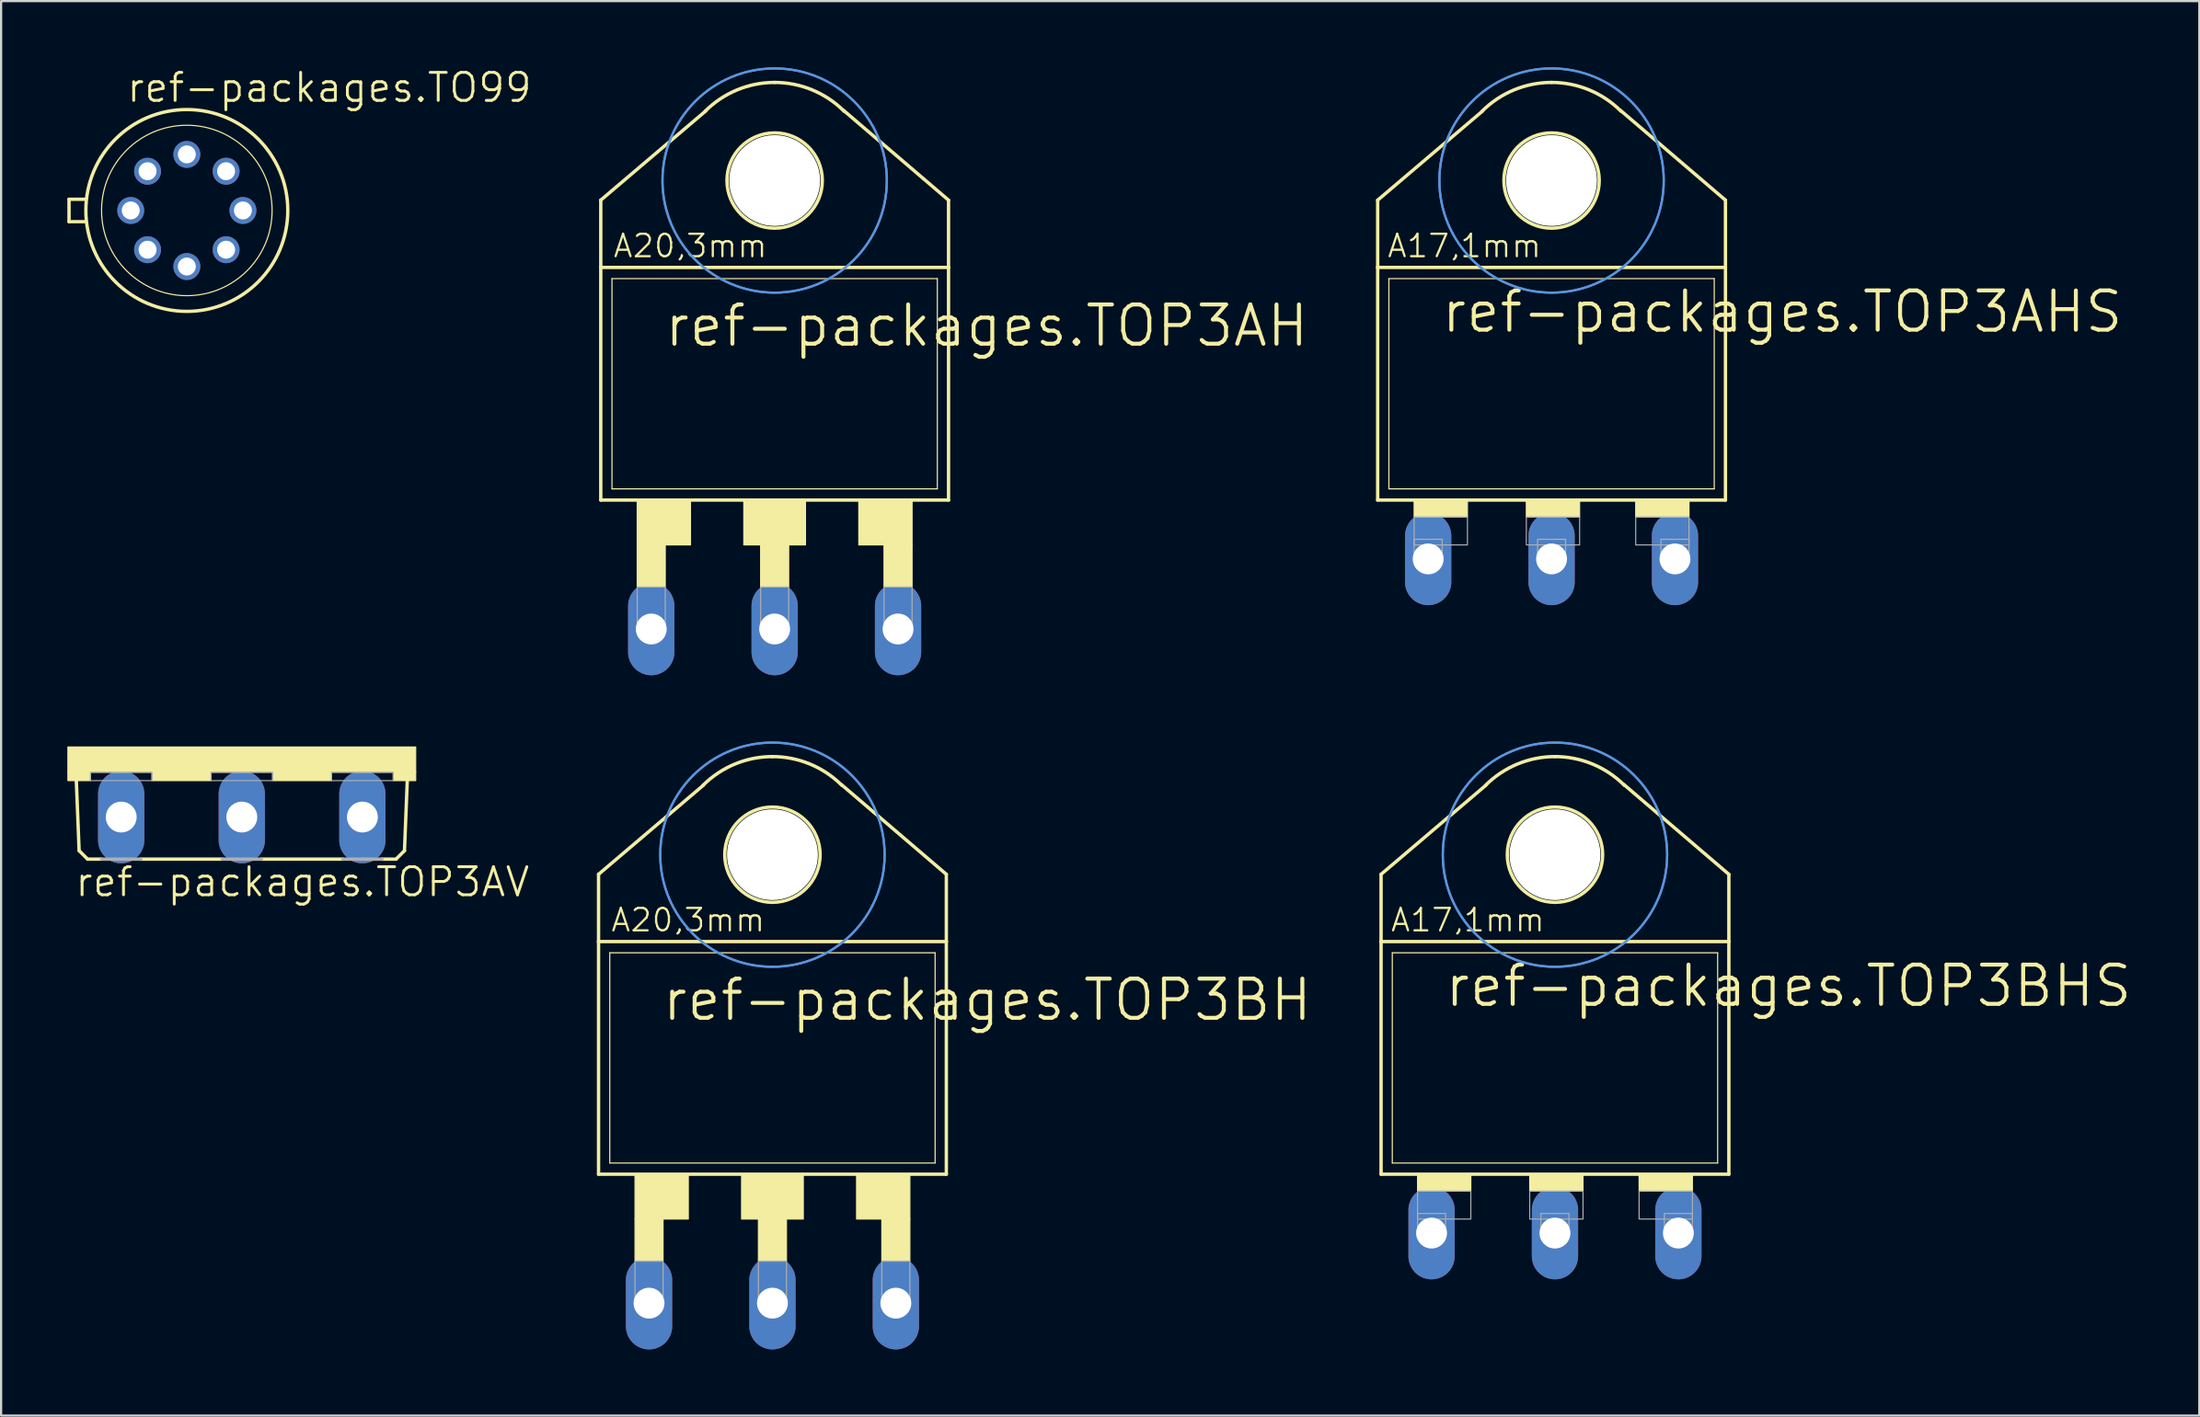
<source format=kicad_pcb>
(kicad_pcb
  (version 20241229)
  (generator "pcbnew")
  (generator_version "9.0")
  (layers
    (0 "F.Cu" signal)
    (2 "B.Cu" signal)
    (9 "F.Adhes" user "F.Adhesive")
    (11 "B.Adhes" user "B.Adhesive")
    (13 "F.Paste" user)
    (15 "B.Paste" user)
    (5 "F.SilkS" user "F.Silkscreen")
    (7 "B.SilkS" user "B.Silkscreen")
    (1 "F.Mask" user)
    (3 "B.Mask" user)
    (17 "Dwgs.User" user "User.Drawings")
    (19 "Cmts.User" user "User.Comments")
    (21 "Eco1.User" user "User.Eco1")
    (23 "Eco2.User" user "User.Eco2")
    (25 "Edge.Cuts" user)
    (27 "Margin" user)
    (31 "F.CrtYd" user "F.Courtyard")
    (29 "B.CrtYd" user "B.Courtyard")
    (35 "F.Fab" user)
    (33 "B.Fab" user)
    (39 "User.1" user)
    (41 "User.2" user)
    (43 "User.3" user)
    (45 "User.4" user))
  (footprint "ref-packages.TO99"
    (layer "F.Cu")
    (at 5.41 6.486)
    (property "Reference" "ref-packages.TO99" (at -2.794 -4.826 0) (layer "F.SilkS") (effects (font (size 1.27 1.27) (thickness 0.13)) (justify left bottom)))
    (attr through_hole)
    (fp_line (start -5.334 0.508) (end -5.334 -0.508) (stroke (width 0.152) (type default)) (layer "F.SilkS"))
    (fp_line (start -5.334 0.508) (end -4.572 0.508) (stroke (width 0.152) (type default)) (layer "F.SilkS"))
    (fp_line (start -4.572 -0.508) (end -5.334 -0.508) (stroke (width 0.152) (type default)) (layer "F.SilkS"))
    (fp_circle (center 0 0) (end 3.861 0) (stroke (width 0.051) (type default)) (fill no) (layer "F.SilkS"))
    (fp_circle (center 0 0) (end 4.572 0) (stroke (width 0.152) (type default)) (fill no) (layer "F.SilkS"))
    (pad "1" thru_hole circle (at -1.778 1.778) (size 1.219 1.219) (drill 0.813) (layers "*.Cu" "*.Mask"))
    (pad "2" thru_hole circle (at 0 2.54) (size 1.219 1.219) (drill 0.813) (layers "*.Cu" "*.Mask"))
    (pad "3" thru_hole circle (at 1.778 1.778) (size 1.219 1.219) (drill 0.813) (layers "*.Cu" "*.Mask"))
    (pad "4" thru_hole circle (at 2.54 0) (size 1.219 1.219) (drill 0.813) (layers "*.Cu" "*.Mask"))
    (pad "5" thru_hole circle (at 1.778 -1.778) (size 1.219 1.219) (drill 0.813) (layers "*.Cu" "*.Mask"))
    (pad "6" thru_hole circle (at 0 -2.54) (size 1.219 1.219) (drill 0.813) (layers "*.Cu" "*.Mask"))
    (pad "7" thru_hole circle (at -1.778 -1.778) (size 1.219 1.219) (drill 0.813) (layers "*.Cu" "*.Mask"))
    (pad "8" thru_hole circle (at -2.54 0) (size 1.219 1.219) (drill 0.813) (layers "*.Cu" "*.Mask")))
  (footprint "ref-packages.TOP3AH"
    (layer "F.Cu")
    (at 32.027 17.83)
    (property "Reference" "ref-packages.TOP3AH" (at -5.08 -5.08 0) (layer "F.SilkS") (effects (font (size 1.778 1.778) (thickness 0.18)) (justify left bottom)))
    (attr through_hole)
    (fp_line (start -7.874 -11.811) (end -3.124 -15.85) (stroke (width 0.152) (type default)) (layer "F.SilkS"))
    (fp_line (start -7.874 -8.763) (end -7.874 -11.811) (stroke (width 0.152) (type default)) (layer "F.SilkS"))
    (fp_line (start -7.874 1.778) (end -7.874 -8.763) (stroke (width 0.152) (type default)) (layer "F.SilkS"))
    (fp_line (start -7.874 1.778) (end 7.874 1.778) (stroke (width 0.152) (type default)) (layer "F.SilkS"))
    (fp_line (start -7.366 1.27) (end -7.366 -8.255) (stroke (width 0.051) (type default)) (layer "F.SilkS"))
    (fp_line (start -7.366 1.27) (end 7.366 1.27) (stroke (width 0.051) (type default)) (layer "F.SilkS"))
    (fp_line (start 7.366 -8.255) (end -7.366 -8.255) (stroke (width 0.051) (type default)) (layer "F.SilkS"))
    (fp_line (start 7.366 -8.255) (end 7.366 1.27) (stroke (width 0.051) (type default)) (layer "F.SilkS"))
    (fp_line (start 7.874 -11.811) (end 3.124 -15.875) (stroke (width 0.152) (type default)) (layer "F.SilkS"))
    (fp_line (start 7.874 -8.763) (end -7.874 -8.763) (stroke (width 0.152) (type default)) (layer "F.SilkS"))
    (fp_line (start 7.874 -8.763) (end 7.874 -11.811) (stroke (width 0.152) (type default)) (layer "F.SilkS"))
    (fp_line (start 7.874 -8.763) (end 7.874 1.778) (stroke (width 0.152) (type default)) (layer "F.SilkS"))
    (fp_rect (start -6.223 3.81) (end -3.81 1.778) (stroke (width 0.05) (type default)) (fill yes) (layer "F.SilkS"))
    (fp_rect (start -6.223 5.715) (end -4.953 3.81) (stroke (width 0.05) (type default)) (fill yes) (layer "F.SilkS"))
    (fp_rect (start -1.397 3.81) (end 1.397 1.778) (stroke (width 0.05) (type default)) (fill yes) (layer "F.SilkS"))
    (fp_rect (start -0.635 5.715) (end 0.635 3.81) (stroke (width 0.05) (type default)) (fill yes) (layer "F.SilkS"))
    (fp_rect (start 3.81 3.81) (end 6.223 1.778) (stroke (width 0.05) (type default)) (fill yes) (layer "F.SilkS"))
    (fp_rect (start 4.953 5.715) (end 6.223 3.81) (stroke (width 0.05) (type default)) (fill yes) (layer "F.SilkS"))
    (fp_arc (start -3.1431 -15.8431) (mid -1.701032 -16.806651) (end 0 -17.145) (stroke (width 0.1524) (type default)) (layer "F.SilkS"))
    (fp_arc (start 0 -17.145) (mid 1.701032 -16.806651) (end 3.1431 -15.8431) (stroke (width 0.1524) (type default)) (layer "F.SilkS"))
    (fp_circle (center 0 -12.7) (end 2.159 -12.7) (stroke (width 0.152) (type default)) (fill no) (layer "F.SilkS"))
    (fp_circle (center 0 -12.7) (end 5.08 -12.7) (stroke (width 0.1) (type default)) (fill no) (layer "Cmts.User"))
    (fp_circle (center 0 -12.7) (end 5.08 -12.7) (stroke (width 0.1) (type default)) (fill no) (layer "Cmts.User"))
    (fp_rect (start -6.223 7.62) (end -4.953 5.715) (stroke (width 0.05) (type default)) (fill no) (layer "F.Fab"))
    (fp_rect (start -0.635 7.62) (end 0.635 5.715) (stroke (width 0.05) (type default)) (fill no) (layer "F.Fab"))
    (fp_rect (start 4.953 7.62) (end 6.223 5.715) (stroke (width 0.05) (type default)) (fill no) (layer "F.Fab"))
    (fp_text user "A20,3mm" (at -7.366 -9.144 0) (layer "F.SilkS") (effects (font (size 1.016 1.016) (thickness 0.1)) (justify left bottom)))
    (pad "" np_thru_hole circle (at 0 -12.7) (size 4.115 4.115) (drill 4.115) (layers "*.Cu" "*.Mask"))
    (pad "B" thru_hole oval (at -5.588 7.62 90) (size 4.191 2.095) (drill 1.397) (layers "*.Cu" "*.Mask"))
    (pad "C" thru_hole oval (at 0 7.62 90) (size 4.191 2.095) (drill 1.397) (layers "*.Cu" "*.Mask"))
    (pad "E" thru_hole oval (at 5.588 7.62 90) (size 4.191 2.095) (drill 1.397) (layers "*.Cu" "*.Mask")))
  (footprint "ref-packages.TOP3AHS"
    (layer "F.Cu")
    (at 67.207 17.195)
    (property "Reference" "ref-packages.TOP3AHS" (at -5.08 -5.08 0) (layer "F.SilkS") (effects (font (size 1.778 1.778) (thickness 0.18)) (justify left bottom)))
    (attr through_hole)
    (fp_line (start -7.874 -11.176) (end -3.124 -15.215) (stroke (width 0.152) (type default)) (layer "F.SilkS"))
    (fp_line (start -7.874 -8.128) (end -7.874 -11.176) (stroke (width 0.152) (type default)) (layer "F.SilkS"))
    (fp_line (start -7.874 2.413) (end -7.874 -8.128) (stroke (width 0.152) (type default)) (layer "F.SilkS"))
    (fp_line (start -7.874 2.413) (end 7.874 2.413) (stroke (width 0.152) (type default)) (layer "F.SilkS"))
    (fp_line (start -7.366 1.905) (end -7.366 -7.62) (stroke (width 0.051) (type default)) (layer "F.SilkS"))
    (fp_line (start -7.366 1.905) (end 7.366 1.905) (stroke (width 0.051) (type default)) (layer "F.SilkS"))
    (fp_line (start 7.366 -7.62) (end -7.366 -7.62) (stroke (width 0.051) (type default)) (layer "F.SilkS"))
    (fp_line (start 7.366 -7.62) (end 7.366 1.905) (stroke (width 0.051) (type default)) (layer "F.SilkS"))
    (fp_line (start 7.874 -11.176) (end 3.124 -15.24) (stroke (width 0.152) (type default)) (layer "F.SilkS"))
    (fp_line (start 7.874 -8.128) (end -7.874 -8.128) (stroke (width 0.152) (type default)) (layer "F.SilkS"))
    (fp_line (start 7.874 -8.128) (end 7.874 -11.176) (stroke (width 0.152) (type default)) (layer "F.SilkS"))
    (fp_line (start 7.874 -8.128) (end 7.874 2.413) (stroke (width 0.152) (type default)) (layer "F.SilkS"))
    (fp_rect (start -6.223 3.175) (end -3.81 2.413) (stroke (width 0.05) (type default)) (fill yes) (layer "F.SilkS"))
    (fp_rect (start -1.143 3.175) (end 1.27 2.413) (stroke (width 0.05) (type default)) (fill yes) (layer "F.SilkS"))
    (fp_rect (start 3.81 3.175) (end 6.223 2.413) (stroke (width 0.05) (type default)) (fill yes) (layer "F.SilkS"))
    (fp_arc (start -3.1431 -15.2081) (mid -1.701032 -16.171651) (end 0 -16.51) (stroke (width 0.1524) (type default)) (layer "F.SilkS"))
    (fp_arc (start 0 -16.51) (mid 1.701032 -16.171651) (end 3.1431 -15.2081) (stroke (width 0.1524) (type default)) (layer "F.SilkS"))
    (fp_circle (center 0 -12.065) (end 2.159 -12.065) (stroke (width 0.152) (type default)) (fill no) (layer "F.SilkS"))
    (fp_circle (center 0 -12.065) (end 5.08 -12.065) (stroke (width 0.1) (type default)) (fill no) (layer "Cmts.User"))
    (fp_circle (center 0 -12.065) (end 5.08 -12.065) (stroke (width 0.1) (type default)) (fill no) (layer "Cmts.User"))
    (fp_rect (start -6.223 4.445) (end -3.81 3.175) (stroke (width 0.05) (type default)) (fill no) (layer "F.Fab"))
    (fp_rect (start -6.223 5.08) (end -4.953 4.191) (stroke (width 0.05) (type default)) (fill no) (layer "F.Fab"))
    (fp_rect (start -1.143 4.445) (end 1.27 3.175) (stroke (width 0.05) (type default)) (fill no) (layer "F.Fab"))
    (fp_rect (start -0.635 5.08) (end 0.635 4.191) (stroke (width 0.05) (type default)) (fill no) (layer "F.Fab"))
    (fp_rect (start 3.81 4.445) (end 6.223 3.175) (stroke (width 0.05) (type default)) (fill no) (layer "F.Fab"))
    (fp_rect (start 4.953 5.08) (end 6.223 4.191) (stroke (width 0.05) (type default)) (fill no) (layer "F.Fab"))
    (fp_text user "A17,1mm" (at -7.493 -8.509 0) (layer "F.SilkS") (effects (font (size 1.016 1.016) (thickness 0.1)) (justify left bottom)))
    (pad "" np_thru_hole circle (at 0 -12.065) (size 4.115 4.115) (drill 4.115) (layers "*.Cu" "*.Mask"))
    (pad "B" thru_hole oval (at -5.588 5.08 90) (size 4.191 2.095) (drill 1.397) (layers "*.Cu" "*.Mask"))
    (pad "C" thru_hole oval (at 0 5.08 90) (size 4.191 2.095) (drill 1.397) (layers "*.Cu" "*.Mask"))
    (pad "E" thru_hole oval (at 5.588 5.08 90) (size 4.191 2.095) (drill 1.397) (layers "*.Cu" "*.Mask")))
  (footprint "ref-packages.TOP3BH"
    (layer "F.Cu")
    (at 31.927 48.376)
    (property "Reference" "ref-packages.TOP3BH" (at -5.08 -5.08 0) (layer "F.SilkS") (effects (font (size 1.778 1.778) (thickness 0.18)) (justify left bottom)))
    (attr through_hole)
    (fp_line (start -7.874 -11.811) (end -3.124 -15.85) (stroke (width 0.152) (type default)) (layer "F.SilkS"))
    (fp_line (start -7.874 -8.763) (end -7.874 -11.811) (stroke (width 0.152) (type default)) (layer "F.SilkS"))
    (fp_line (start -7.874 1.778) (end -7.874 -8.763) (stroke (width 0.152) (type default)) (layer "F.SilkS"))
    (fp_line (start -7.874 1.778) (end 7.874 1.778) (stroke (width 0.152) (type default)) (layer "F.SilkS"))
    (fp_line (start -7.366 1.27) (end -7.366 -8.255) (stroke (width 0.051) (type default)) (layer "F.SilkS"))
    (fp_line (start -7.366 1.27) (end 7.366 1.27) (stroke (width 0.051) (type default)) (layer "F.SilkS"))
    (fp_line (start 7.366 -8.255) (end -7.366 -8.255) (stroke (width 0.051) (type default)) (layer "F.SilkS"))
    (fp_line (start 7.366 -8.255) (end 7.366 1.27) (stroke (width 0.051) (type default)) (layer "F.SilkS"))
    (fp_line (start 7.874 -11.811) (end 3.124 -15.875) (stroke (width 0.152) (type default)) (layer "F.SilkS"))
    (fp_line (start 7.874 -8.763) (end -7.874 -8.763) (stroke (width 0.152) (type default)) (layer "F.SilkS"))
    (fp_line (start 7.874 -8.763) (end 7.874 -11.811) (stroke (width 0.152) (type default)) (layer "F.SilkS"))
    (fp_line (start 7.874 -8.763) (end 7.874 1.778) (stroke (width 0.152) (type default)) (layer "F.SilkS"))
    (fp_rect (start -6.223 3.81) (end -3.81 1.778) (stroke (width 0.05) (type default)) (fill yes) (layer "F.SilkS"))
    (fp_rect (start -6.223 5.715) (end -4.953 3.81) (stroke (width 0.05) (type default)) (fill yes) (layer "F.SilkS"))
    (fp_rect (start -1.397 3.81) (end 1.397 1.778) (stroke (width 0.05) (type default)) (fill yes) (layer "F.SilkS"))
    (fp_rect (start -0.635 5.715) (end 0.635 3.81) (stroke (width 0.05) (type default)) (fill yes) (layer "F.SilkS"))
    (fp_rect (start 3.81 3.81) (end 6.223 1.778) (stroke (width 0.05) (type default)) (fill yes) (layer "F.SilkS"))
    (fp_rect (start 4.953 5.715) (end 6.223 3.81) (stroke (width 0.05) (type default)) (fill yes) (layer "F.SilkS"))
    (fp_arc (start -3.1431 -15.8431) (mid -1.701032 -16.806651) (end 0 -17.145) (stroke (width 0.1524) (type default)) (layer "F.SilkS"))
    (fp_arc (start 0 -17.145) (mid 1.701032 -16.806651) (end 3.1431 -15.8431) (stroke (width 0.1524) (type default)) (layer "F.SilkS"))
    (fp_circle (center 0 -12.7) (end 2.159 -12.7) (stroke (width 0.152) (type default)) (fill no) (layer "F.SilkS"))
    (fp_circle (center 0 -12.7) (end 5.08 -12.7) (stroke (width 0.1) (type default)) (fill no) (layer "Cmts.User"))
    (fp_circle (center 0 -12.7) (end 5.08 -12.7) (stroke (width 0.1) (type default)) (fill no) (layer "Cmts.User"))
    (fp_rect (start -6.223 7.62) (end -4.953 5.715) (stroke (width 0.05) (type default)) (fill no) (layer "F.Fab"))
    (fp_rect (start -0.635 7.62) (end 0.635 5.715) (stroke (width 0.05) (type default)) (fill no) (layer "F.Fab"))
    (fp_rect (start 4.953 7.62) (end 6.223 5.715) (stroke (width 0.05) (type default)) (fill no) (layer "F.Fab"))
    (fp_text user "A20,3mm" (at -7.366 -9.144 0) (layer "F.SilkS") (effects (font (size 1.016 1.016) (thickness 0.1)) (justify left bottom)))
    (pad "" np_thru_hole circle (at 0 -12.7) (size 4.115 4.115) (drill 4.115) (layers "*.Cu" "*.Mask"))
    (pad "D" thru_hole oval (at 0 7.62 90) (size 4.191 2.095) (drill 1.397) (layers "*.Cu" "*.Mask"))
    (pad "G" thru_hole oval (at -5.588 7.62 90) (size 4.191 2.095) (drill 1.397) (layers "*.Cu" "*.Mask"))
    (pad "S" thru_hole oval (at 5.588 7.62 90) (size 4.191 2.095) (drill 1.397) (layers "*.Cu" "*.Mask")))
  (footprint "ref-packages.TOP3AV"
    (layer "F.Cu")
    (at 7.899 30.796)
    (property "Reference" "ref-packages.TOP3AV" (at -7.62 6.858 0) (layer "F.SilkS") (effects (font (size 1.27 1.27) (thickness 0.13)) (justify left bottom)))
    (attr through_hole)
    (fp_line (start -7.366 4.699) (end -7.493 1.524) (stroke (width 0.152) (type default)) (layer "F.SilkS"))
    (fp_line (start -6.985 5.08) (end -7.366 4.699) (stroke (width 0.152) (type default)) (layer "F.SilkS"))
    (fp_line (start -6.35 5.08) (end -6.985 5.08) (stroke (width 0.152) (type default)) (layer "F.SilkS"))
    (fp_line (start -0.889 5.08) (end -4.572 5.08) (stroke (width 0.152) (type default)) (layer "F.SilkS"))
    (fp_line (start 4.572 5.08) (end 0.889 5.08) (stroke (width 0.152) (type default)) (layer "F.SilkS"))
    (fp_line (start 6.985 5.08) (end 6.35 5.08) (stroke (width 0.152) (type default)) (layer "F.SilkS"))
    (fp_line (start 6.985 5.08) (end 7.366 4.699) (stroke (width 0.152) (type default)) (layer "F.SilkS"))
    (fp_line (start 7.366 4.699) (end 7.493 1.524) (stroke (width 0.152) (type default)) (layer "F.SilkS"))
    (fp_rect (start -7.874 1.143) (end 7.874 0) (stroke (width 0.05) (type default)) (fill yes) (layer "F.SilkS"))
    (fp_rect (start -7.874 1.524) (end -6.858 1.143) (stroke (width 0.05) (type default)) (fill yes) (layer "F.SilkS"))
    (fp_rect (start -4.064 1.524) (end -1.397 1.143) (stroke (width 0.05) (type default)) (fill yes) (layer "F.SilkS"))
    (fp_rect (start 1.397 1.524) (end 4.064 1.143) (stroke (width 0.05) (type default)) (fill yes) (layer "F.SilkS"))
    (fp_rect (start 6.858 1.524) (end 7.874 1.143) (stroke (width 0.05) (type default)) (fill yes) (layer "F.SilkS"))
    (fp_line (start -4.572 5.08) (end -6.35 5.08) (stroke (width 0.152) (type default)) (layer "F.Fab"))
    (fp_line (start 0.889 5.08) (end -0.889 5.08) (stroke (width 0.152) (type default)) (layer "F.Fab"))
    (fp_line (start 6.35 5.08) (end 4.572 5.08) (stroke (width 0.152) (type default)) (layer "F.Fab"))
    (fp_rect (start -6.858 1.524) (end -4.064 1.143) (stroke (width 0.05) (type default)) (fill no) (layer "F.Fab"))
    (fp_rect (start -1.397 1.524) (end 1.397 1.143) (stroke (width 0.05) (type default)) (fill no) (layer "F.Fab"))
    (fp_rect (start 4.064 1.524) (end 6.858 1.143) (stroke (width 0.05) (type default)) (fill no) (layer "F.Fab"))
    (pad "B" thru_hole oval (at -5.461 3.175 90) (size 4.191 2.095) (drill 1.397) (layers "*.Cu" "*.Mask"))
    (pad "C" thru_hole oval (at 0 3.175 90) (size 4.191 2.095) (drill 1.397) (layers "*.Cu" "*.Mask"))
    (pad "E" thru_hole oval (at 5.461 3.175 90) (size 4.191 2.095) (drill 1.397) (layers "*.Cu" "*.Mask")))
  (footprint "ref-packages.TOP3BHS"
    (layer "F.Cu")
    (at 67.361 48.376)
    (property "Reference" "ref-packages.TOP3BHS" (at -5.08 -5.715 0) (layer "F.SilkS") (effects (font (size 1.778 1.778) (thickness 0.18)) (justify left bottom)))
    (attr through_hole)
    (fp_line (start -7.874 -11.811) (end -3.124 -15.85) (stroke (width 0.152) (type default)) (layer "F.SilkS"))
    (fp_line (start -7.874 -8.763) (end -7.874 -11.811) (stroke (width 0.152) (type default)) (layer "F.SilkS"))
    (fp_line (start -7.874 1.778) (end -7.874 -8.763) (stroke (width 0.152) (type default)) (layer "F.SilkS"))
    (fp_line (start -7.874 1.778) (end 7.874 1.778) (stroke (width 0.152) (type default)) (layer "F.SilkS"))
    (fp_line (start -7.366 1.27) (end -7.366 -8.255) (stroke (width 0.051) (type default)) (layer "F.SilkS"))
    (fp_line (start -7.366 1.27) (end 7.366 1.27) (stroke (width 0.051) (type default)) (layer "F.SilkS"))
    (fp_line (start 7.366 -8.255) (end -7.366 -8.255) (stroke (width 0.051) (type default)) (layer "F.SilkS"))
    (fp_line (start 7.366 -8.255) (end 7.366 1.27) (stroke (width 0.051) (type default)) (layer "F.SilkS"))
    (fp_line (start 7.874 -11.811) (end 3.124 -15.875) (stroke (width 0.152) (type default)) (layer "F.SilkS"))
    (fp_line (start 7.874 -8.763) (end -7.874 -8.763) (stroke (width 0.152) (type default)) (layer "F.SilkS"))
    (fp_line (start 7.874 -8.763) (end 7.874 -11.811) (stroke (width 0.152) (type default)) (layer "F.SilkS"))
    (fp_line (start 7.874 -8.763) (end 7.874 1.778) (stroke (width 0.152) (type default)) (layer "F.SilkS"))
    (fp_rect (start -6.223 2.54) (end -3.81 1.778) (stroke (width 0.05) (type default)) (fill yes) (layer "F.SilkS"))
    (fp_rect (start -1.143 2.54) (end 1.27 1.778) (stroke (width 0.05) (type default)) (fill yes) (layer "F.SilkS"))
    (fp_rect (start 3.81 2.54) (end 6.223 1.778) (stroke (width 0.05) (type default)) (fill yes) (layer "F.SilkS"))
    (fp_arc (start -3.1431 -15.8431) (mid -1.701032 -16.806651) (end 0 -17.145) (stroke (width 0.1524) (type default)) (layer "F.SilkS"))
    (fp_arc (start 0 -17.145) (mid 1.701032 -16.806651) (end 3.1431 -15.8431) (stroke (width 0.1524) (type default)) (layer "F.SilkS"))
    (fp_circle (center 0 -12.7) (end 2.159 -12.7) (stroke (width 0.152) (type default)) (fill no) (layer "F.SilkS"))
    (fp_circle (center 0 -12.7) (end 5.08 -12.7) (stroke (width 0.1) (type default)) (fill no) (layer "Cmts.User"))
    (fp_circle (center 0 -12.7) (end 5.08 -12.7) (stroke (width 0.1) (type default)) (fill no) (layer "Cmts.User"))
    (fp_rect (start -6.223 3.81) (end -3.81 2.54) (stroke (width 0.05) (type default)) (fill no) (layer "F.Fab"))
    (fp_rect (start -6.223 4.445) (end -4.953 3.556) (stroke (width 0.05) (type default)) (fill no) (layer "F.Fab"))
    (fp_rect (start -1.143 3.81) (end 1.27 2.54) (stroke (width 0.05) (type default)) (fill no) (layer "F.Fab"))
    (fp_rect (start -0.635 4.445) (end 0.635 3.556) (stroke (width 0.05) (type default)) (fill no) (layer "F.Fab"))
    (fp_rect (start 3.81 3.81) (end 6.223 2.54) (stroke (width 0.05) (type default)) (fill no) (layer "F.Fab"))
    (fp_rect (start 4.953 4.445) (end 6.223 3.556) (stroke (width 0.05) (type default)) (fill no) (layer "F.Fab"))
    (fp_text user "A17,1mm" (at -7.493 -9.144 0) (layer "F.SilkS") (effects (font (size 1.016 1.016) (thickness 0.1)) (justify left bottom)))
    (pad "" np_thru_hole circle (at 0 -12.7) (size 4.115 4.115) (drill 4.115) (layers "*.Cu" "*.Mask"))
    (pad "D" thru_hole oval (at 0 4.445 90) (size 4.191 2.095) (drill 1.397) (layers "*.Cu" "*.Mask"))
    (pad "G" thru_hole oval (at -5.588 4.445 90) (size 4.191 2.095) (drill 1.397) (layers "*.Cu" "*.Mask"))
    (pad "S" thru_hole oval (at 5.588 4.445 90) (size 4.191 2.095) (drill 1.397) (layers "*.Cu" "*.Mask")))
  (gr_rect
    (start -3 -3)
    (end 96.538 61.091)
    (stroke (width 0.1) (type default))
    (fill no)
    (layer "Edge.Cuts")))
</source>
